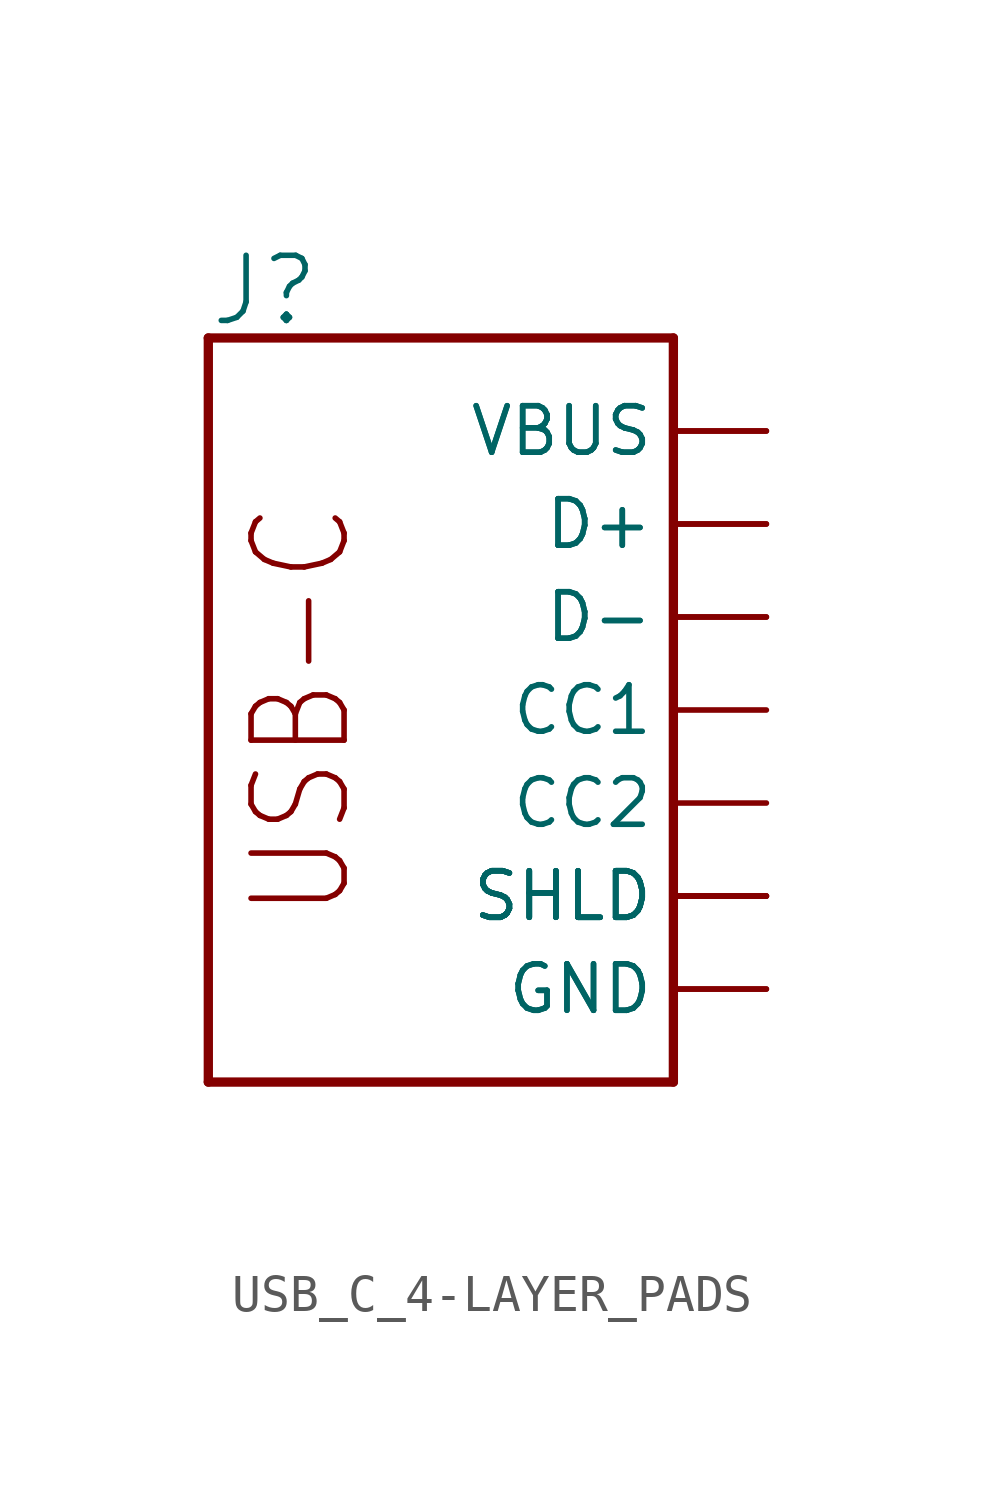
<source format=kicad_sym>
(kicad_symbol_lib
  (version 20231120)
  (generator "kicad_symbol_editor")
  (generator_version "8.0")
  (symbol "USB_C_4-LAYER_PADS"
    (property "Reference" "J"
      (at -2.54 10.414 0)
      (effects (font (size 1.778 1.778)) (justify left bottom)))
    (property "Value" ""
      (at -2.54 -12.446 0)
      (effects (font (size 1.778 1.778)) (justify left bottom)))
    (property "ki_locked" ""
      (at 0 0 0)
      (effects (font (size 1.27 1.27))))
    (symbol "USB_C_4-LAYER_PADS_1_0"
      (polyline (pts (xy -2.54 -10.16) (xy -2.54 10.16)) (stroke (width 0.254) (type solid)) (fill (type none)))
      (polyline (pts (xy -2.54 -10.16) (xy 10.16 -10.16)) (stroke (width 0.254) (type solid)) (fill (type none)))
      (polyline (pts (xy 10.16 -10.16) (xy 10.16 10.16)) (stroke (width 0.254) (type solid)) (fill (type none)))
      (polyline (pts (xy 10.16 10.16) (xy -2.54 10.16)) (stroke (width 0.254) (type solid)) (fill (type none)))
      (text "USB-C" (at 0 0 900) (effects (font (size 2.54 2.159))))
      (pin bidirectional line (at 12.7 0 180) (length 2.54) (name "CC1" (effects (font (size 1.27 1.27)))) (number "A5" (effects (font (size 0 0)))))
      (pin bidirectional line (at 12.7 5.08 180) (length 2.54) (name "D+" (effects (font (size 1.27 1.27)))) (number "A6" (effects (font (size 0 0)))))
      (pin bidirectional line (at 12.7 2.54 180) (length 2.54) (name "D-" (effects (font (size 1.27 1.27)))) (number "A7" (effects (font (size 0 0)))))
      (pin bidirectional line (at 12.7 -2.54 180) (length 2.54) (name "CC2" (effects (font (size 1.27 1.27)))) (number "B5" (effects (font (size 0 0)))))
      (pin bidirectional line (at 12.7 5.08 180) (length 2.54) (name "D+" (effects (font (size 1.27 1.27)))) (number "B6" (effects (font (size 0 0)))))
      (pin bidirectional line (at 12.7 2.54 180) (length 2.54) (name "D-" (effects (font (size 1.27 1.27)))) (number "B7" (effects (font (size 0 0)))))
      (pin bidirectional line (at 12.7 -7.62 180) (length 2.54) (name "GND" (effects (font (size 1.27 1.27)))) (number "GND" (effects (font (size 0 0)))))
      (pin bidirectional line (at 12.7 -7.62 180) (length 2.54) (name "GND" (effects (font (size 1.27 1.27)))) (number "GND2" (effects (font (size 0 0)))))
      (pin bidirectional line (at 12.7 -5.08 180) (length 2.54) (name "SHLD" (effects (font (size 1.27 1.27)))) (number "SHLD1" (effects (font (size 0 0)))))
      (pin bidirectional line (at 12.7 -5.08 180) (length 2.54) (name "SHLD" (effects (font (size 1.27 1.27)))) (number "SHLD2" (effects (font (size 0 0)))))
      (pin bidirectional line (at 12.7 -5.08 180) (length 2.54) (name "SHLD" (effects (font (size 1.27 1.27)))) (number "SHLD3" (effects (font (size 0 0)))))
      (pin bidirectional line (at 12.7 -5.08 180) (length 2.54) (name "SHLD" (effects (font (size 1.27 1.27)))) (number "SHLD4" (effects (font (size 0 0)))))
      (pin bidirectional line (at 12.7 7.62 180) (length 2.54) (name "VBUS" (effects (font (size 1.27 1.27)))) (number "VBUS1" (effects (font (size 0 0)))))
      (pin bidirectional line (at 12.7 7.62 180) (length 2.54) (name "VBUS" (effects (font (size 1.27 1.27)))) (number "VBUS2" (effects (font (size 0 0))))))))
</source>
